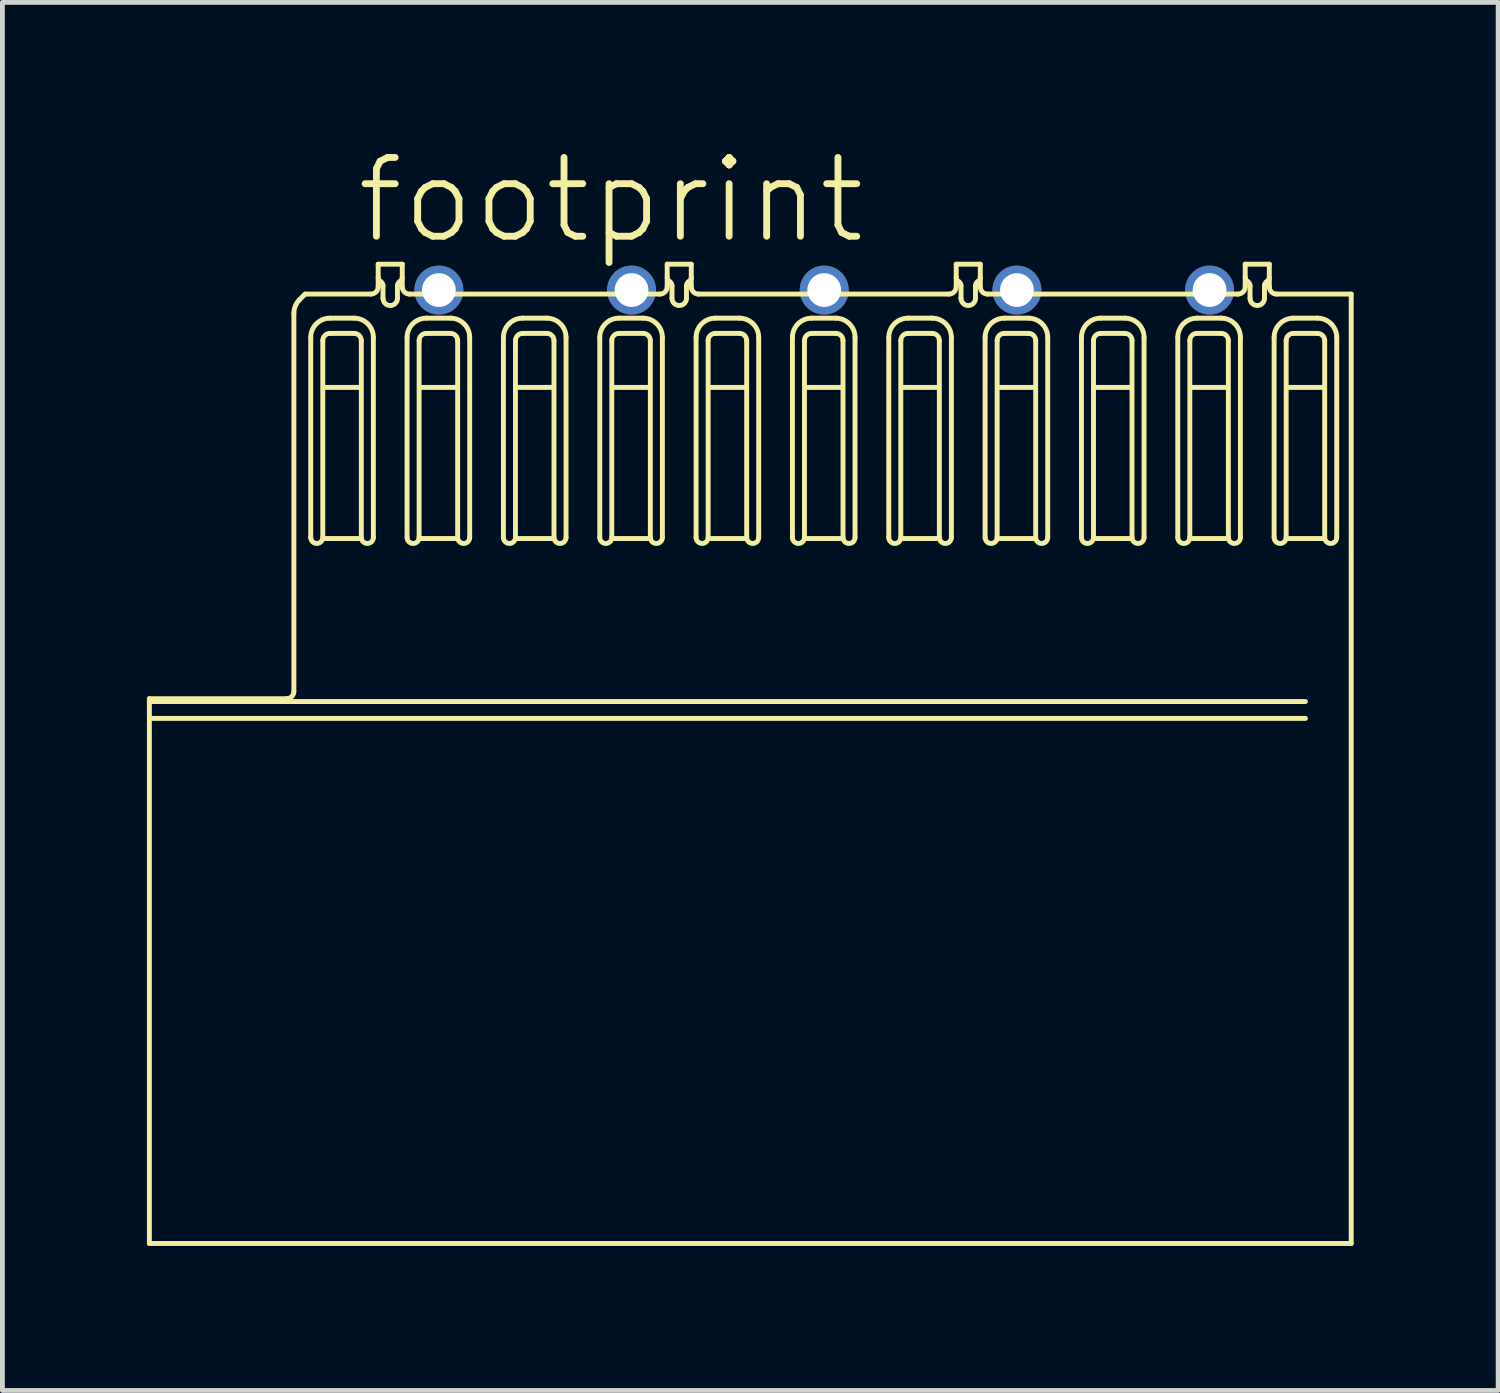
<source format=kicad_pcb>
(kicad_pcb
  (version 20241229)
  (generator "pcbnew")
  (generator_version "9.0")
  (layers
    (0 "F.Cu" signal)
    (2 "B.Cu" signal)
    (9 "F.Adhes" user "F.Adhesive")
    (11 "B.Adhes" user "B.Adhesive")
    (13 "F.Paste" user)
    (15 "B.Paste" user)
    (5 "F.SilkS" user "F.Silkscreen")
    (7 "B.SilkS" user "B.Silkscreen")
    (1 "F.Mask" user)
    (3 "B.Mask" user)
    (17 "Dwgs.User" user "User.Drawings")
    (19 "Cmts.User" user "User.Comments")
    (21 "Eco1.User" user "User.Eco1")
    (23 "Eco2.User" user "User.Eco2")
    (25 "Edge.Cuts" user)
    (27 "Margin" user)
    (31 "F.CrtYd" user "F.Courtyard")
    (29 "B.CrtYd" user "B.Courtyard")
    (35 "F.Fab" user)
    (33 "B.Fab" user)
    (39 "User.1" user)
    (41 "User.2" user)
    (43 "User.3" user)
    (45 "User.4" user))
  (footprint "footprint"
    (layer "F.Cu")
    (at 22.061 2.972)
    (property "Reference" "footprint" (at -17.78 -0.91 0) (layer "F.SilkS") (effects (font (size 1.636 1.636) (thickness 0.142)) (justify left bottom)))
    (fp_line (start -22.01 8.483) (end -22.01 19.793) (stroke (width 0.102) (type solid)) (layer "F.SilkS"))
    (fp_line (start -22.01 8.542) (end 1.99 8.542) (stroke (width 0.102) (type solid)) (layer "F.SilkS"))
    (fp_line (start -22.01 8.892) (end 1.99 8.892) (stroke (width 0.102) (type solid)) (layer "F.SilkS"))
    (fp_line (start -22.01 19.793) (end 2.94 19.793) (stroke (width 0.102) (type solid)) (layer "F.SilkS"))
    (fp_line (start -19.16 8.483) (end -22.01 8.483) (stroke (width 0.102) (type solid)) (layer "F.SilkS"))
    (fp_line (start -19.01 0.483) (end -19.01 8.333) (stroke (width 0.102) (type solid)) (layer "F.SilkS"))
    (fp_line (start -18.776 0.083) (end -18.893 0.2) (stroke (width 0.102) (type solid)) (layer "F.SilkS"))
    (fp_line (start -18.66 5.136) (end -18.66 0.983) (stroke (width 0.102) (type solid)) (layer "F.SilkS"))
    (fp_line (start -18.41 1.049) (end -18.41 5.136) (stroke (width 0.102) (type solid)) (layer "F.SilkS"))
    (fp_line (start -18.36 2.021) (end -17.66 2.021) (stroke (width 0.102) (type solid)) (layer "F.SilkS"))
    (fp_line (start -18.36 5.158) (end -17.66 5.158) (stroke (width 0.102) (type solid)) (layer "F.SilkS"))
    (fp_line (start -18.26 0.583) (end -17.76 0.583) (stroke (width 0.102) (type solid)) (layer "F.SilkS"))
    (fp_line (start -17.76 0.899) (end -18.26 0.899) (stroke (width 0.102) (type solid)) (layer "F.SilkS"))
    (fp_line (start -17.61 5.136) (end -17.61 1.049) (stroke (width 0.102) (type solid)) (layer "F.SilkS"))
    (fp_line (start -17.41 0.083) (end -18.776 0.083) (stroke (width 0.102) (type solid)) (layer "F.SilkS"))
    (fp_line (start -17.36 0.983) (end -17.36 5.136) (stroke (width 0.102) (type solid)) (layer "F.SilkS"))
    (fp_line (start -17.26 -0.537) (end -17.26 -0.067) (stroke (width 0.102) (type solid)) (layer "F.SilkS"))
    (fp_line (start -17.16 -0.091) (end -17.16 0.171) (stroke (width 0.102) (type solid)) (layer "F.SilkS"))
    (fp_line (start -16.86 0.171) (end -16.86 -0.091) (stroke (width 0.102) (type solid)) (layer "F.SilkS"))
    (fp_line (start -16.76 -0.537) (end -17.26 -0.537) (stroke (width 0.102) (type solid)) (layer "F.SilkS"))
    (fp_line (start -16.76 -0.067) (end -16.76 -0.537) (stroke (width 0.102) (type solid)) (layer "F.SilkS"))
    (fp_line (start -16.66 5.136) (end -16.66 0.983) (stroke (width 0.102) (type solid)) (layer "F.SilkS"))
    (fp_line (start -16.41 1.049) (end -16.41 5.136) (stroke (width 0.102) (type solid)) (layer "F.SilkS"))
    (fp_line (start -16.36 2.021) (end -15.66 2.021) (stroke (width 0.102) (type solid)) (layer "F.SilkS"))
    (fp_line (start -16.36 5.158) (end -15.66 5.158) (stroke (width 0.102) (type solid)) (layer "F.SilkS"))
    (fp_line (start -16.26 0.583) (end -15.76 0.583) (stroke (width 0.102) (type solid)) (layer "F.SilkS"))
    (fp_line (start -15.76 0.899) (end -16.26 0.899) (stroke (width 0.102) (type solid)) (layer "F.SilkS"))
    (fp_line (start -15.61 5.136) (end -15.61 1.049) (stroke (width 0.102) (type solid)) (layer "F.SilkS"))
    (fp_line (start -15.36 0.983) (end -15.36 5.136) (stroke (width 0.102) (type solid)) (layer "F.SilkS"))
    (fp_line (start -14.66 5.136) (end -14.66 0.983) (stroke (width 0.102) (type solid)) (layer "F.SilkS"))
    (fp_line (start -14.41 1.049) (end -14.41 5.136) (stroke (width 0.102) (type solid)) (layer "F.SilkS"))
    (fp_line (start -14.36 2.021) (end -13.66 2.021) (stroke (width 0.102) (type solid)) (layer "F.SilkS"))
    (fp_line (start -14.36 5.158) (end -13.66 5.158) (stroke (width 0.102) (type solid)) (layer "F.SilkS"))
    (fp_line (start -14.26 0.583) (end -13.76 0.583) (stroke (width 0.102) (type solid)) (layer "F.SilkS"))
    (fp_line (start -13.76 0.899) (end -14.26 0.899) (stroke (width 0.102) (type solid)) (layer "F.SilkS"))
    (fp_line (start -13.61 5.136) (end -13.61 1.049) (stroke (width 0.102) (type solid)) (layer "F.SilkS"))
    (fp_line (start -13.36 0.983) (end -13.36 5.136) (stroke (width 0.102) (type solid)) (layer "F.SilkS"))
    (fp_line (start -12.66 5.136) (end -12.66 0.983) (stroke (width 0.102) (type solid)) (layer "F.SilkS"))
    (fp_line (start -12.41 1.049) (end -12.41 5.136) (stroke (width 0.102) (type solid)) (layer "F.SilkS"))
    (fp_line (start -12.36 2.021) (end -11.66 2.021) (stroke (width 0.102) (type solid)) (layer "F.SilkS"))
    (fp_line (start -12.36 5.158) (end -11.66 5.158) (stroke (width 0.102) (type solid)) (layer "F.SilkS"))
    (fp_line (start -12.26 0.583) (end -11.76 0.583) (stroke (width 0.102) (type solid)) (layer "F.SilkS"))
    (fp_line (start -11.76 0.899) (end -12.26 0.899) (stroke (width 0.102) (type solid)) (layer "F.SilkS"))
    (fp_line (start -11.61 5.136) (end -11.61 1.049) (stroke (width 0.102) (type solid)) (layer "F.SilkS"))
    (fp_line (start -11.41 0.083) (end -16.61 0.083) (stroke (width 0.102) (type solid)) (layer "F.SilkS"))
    (fp_line (start -11.36 0.983) (end -11.36 5.136) (stroke (width 0.102) (type solid)) (layer "F.SilkS"))
    (fp_line (start -11.26 -0.537) (end -11.26 -0.067) (stroke (width 0.102) (type solid)) (layer "F.SilkS"))
    (fp_line (start -11.16 -0.091) (end -11.16 0.171) (stroke (width 0.102) (type solid)) (layer "F.SilkS"))
    (fp_line (start -10.86 0.171) (end -10.86 -0.091) (stroke (width 0.102) (type solid)) (layer "F.SilkS"))
    (fp_line (start -10.76 -0.537) (end -11.26 -0.537) (stroke (width 0.102) (type solid)) (layer "F.SilkS"))
    (fp_line (start -10.76 -0.067) (end -10.76 -0.537) (stroke (width 0.102) (type solid)) (layer "F.SilkS"))
    (fp_line (start -10.66 5.136) (end -10.66 0.983) (stroke (width 0.102) (type solid)) (layer "F.SilkS"))
    (fp_line (start -10.41 1.049) (end -10.41 5.136) (stroke (width 0.102) (type solid)) (layer "F.SilkS"))
    (fp_line (start -10.36 2.021) (end -9.66 2.021) (stroke (width 0.102) (type solid)) (layer "F.SilkS"))
    (fp_line (start -10.36 5.158) (end -9.66 5.158) (stroke (width 0.102) (type solid)) (layer "F.SilkS"))
    (fp_line (start -10.26 0.583) (end -9.76 0.583) (stroke (width 0.102) (type solid)) (layer "F.SilkS"))
    (fp_line (start -9.76 0.899) (end -10.26 0.899) (stroke (width 0.102) (type solid)) (layer "F.SilkS"))
    (fp_line (start -9.61 5.136) (end -9.61 1.049) (stroke (width 0.102) (type solid)) (layer "F.SilkS"))
    (fp_line (start -9.36 0.983) (end -9.36 5.136) (stroke (width 0.102) (type solid)) (layer "F.SilkS"))
    (fp_line (start -8.66 5.136) (end -8.66 0.983) (stroke (width 0.102) (type solid)) (layer "F.SilkS"))
    (fp_line (start -8.41 1.049) (end -8.41 5.136) (stroke (width 0.102) (type solid)) (layer "F.SilkS"))
    (fp_line (start -8.36 2.021) (end -7.66 2.021) (stroke (width 0.102) (type solid)) (layer "F.SilkS"))
    (fp_line (start -8.36 5.158) (end -7.66 5.158) (stroke (width 0.102) (type solid)) (layer "F.SilkS"))
    (fp_line (start -8.26 0.583) (end -7.76 0.583) (stroke (width 0.102) (type solid)) (layer "F.SilkS"))
    (fp_line (start -7.76 0.899) (end -8.26 0.899) (stroke (width 0.102) (type solid)) (layer "F.SilkS"))
    (fp_line (start -7.61 5.136) (end -7.61 1.049) (stroke (width 0.102) (type solid)) (layer "F.SilkS"))
    (fp_line (start -7.36 0.983) (end -7.36 5.136) (stroke (width 0.102) (type solid)) (layer "F.SilkS"))
    (fp_line (start -6.66 5.136) (end -6.66 0.983) (stroke (width 0.102) (type solid)) (layer "F.SilkS"))
    (fp_line (start -6.41 1.049) (end -6.41 5.136) (stroke (width 0.102) (type solid)) (layer "F.SilkS"))
    (fp_line (start -6.36 2.021) (end -5.66 2.021) (stroke (width 0.102) (type solid)) (layer "F.SilkS"))
    (fp_line (start -6.36 5.158) (end -5.66 5.158) (stroke (width 0.102) (type solid)) (layer "F.SilkS"))
    (fp_line (start -6.26 0.583) (end -5.76 0.583) (stroke (width 0.102) (type solid)) (layer "F.SilkS"))
    (fp_line (start -5.76 0.899) (end -6.26 0.899) (stroke (width 0.102) (type solid)) (layer "F.SilkS"))
    (fp_line (start -5.61 5.136) (end -5.61 1.049) (stroke (width 0.102) (type solid)) (layer "F.SilkS"))
    (fp_line (start -5.41 0.083) (end -10.61 0.083) (stroke (width 0.102) (type solid)) (layer "F.SilkS"))
    (fp_line (start -5.36 0.983) (end -5.36 5.136) (stroke (width 0.102) (type solid)) (layer "F.SilkS"))
    (fp_line (start -5.26 -0.537) (end -5.26 -0.067) (stroke (width 0.102) (type solid)) (layer "F.SilkS"))
    (fp_line (start -5.16 -0.091) (end -5.16 0.171) (stroke (width 0.102) (type solid)) (layer "F.SilkS"))
    (fp_line (start -4.86 0.171) (end -4.86 -0.091) (stroke (width 0.102) (type solid)) (layer "F.SilkS"))
    (fp_line (start -4.76 -0.537) (end -5.26 -0.537) (stroke (width 0.102) (type solid)) (layer "F.SilkS"))
    (fp_line (start -4.76 -0.067) (end -4.76 -0.537) (stroke (width 0.102) (type solid)) (layer "F.SilkS"))
    (fp_line (start -4.66 5.136) (end -4.66 0.983) (stroke (width 0.102) (type solid)) (layer "F.SilkS"))
    (fp_line (start -4.41 1.049) (end -4.41 5.136) (stroke (width 0.102) (type solid)) (layer "F.SilkS"))
    (fp_line (start -4.36 2.021) (end -3.66 2.021) (stroke (width 0.102) (type solid)) (layer "F.SilkS"))
    (fp_line (start -4.36 5.158) (end -3.66 5.158) (stroke (width 0.102) (type solid)) (layer "F.SilkS"))
    (fp_line (start -4.26 0.583) (end -3.76 0.583) (stroke (width 0.102) (type solid)) (layer "F.SilkS"))
    (fp_line (start -3.76 0.899) (end -4.26 0.899) (stroke (width 0.102) (type solid)) (layer "F.SilkS"))
    (fp_line (start -3.61 5.136) (end -3.61 1.049) (stroke (width 0.102) (type solid)) (layer "F.SilkS"))
    (fp_line (start -3.36 0.983) (end -3.36 5.136) (stroke (width 0.102) (type solid)) (layer "F.SilkS"))
    (fp_line (start -2.66 5.136) (end -2.66 0.983) (stroke (width 0.102) (type solid)) (layer "F.SilkS"))
    (fp_line (start -2.41 1.049) (end -2.41 5.136) (stroke (width 0.102) (type solid)) (layer "F.SilkS"))
    (fp_line (start -2.36 2.021) (end -1.66 2.021) (stroke (width 0.102) (type solid)) (layer "F.SilkS"))
    (fp_line (start -2.36 5.158) (end -1.66 5.158) (stroke (width 0.102) (type solid)) (layer "F.SilkS"))
    (fp_line (start -2.26 0.583) (end -1.76 0.583) (stroke (width 0.102) (type solid)) (layer "F.SilkS"))
    (fp_line (start -1.76 0.899) (end -2.26 0.899) (stroke (width 0.102) (type solid)) (layer "F.SilkS"))
    (fp_line (start -1.61 5.136) (end -1.61 1.049) (stroke (width 0.102) (type solid)) (layer "F.SilkS"))
    (fp_line (start -1.36 0.983) (end -1.36 5.136) (stroke (width 0.102) (type solid)) (layer "F.SilkS"))
    (fp_line (start -0.66 5.136) (end -0.66 0.983) (stroke (width 0.102) (type solid)) (layer "F.SilkS"))
    (fp_line (start -0.41 1.049) (end -0.41 5.136) (stroke (width 0.102) (type solid)) (layer "F.SilkS"))
    (fp_line (start -0.36 2.021) (end 0.34 2.021) (stroke (width 0.102) (type solid)) (layer "F.SilkS"))
    (fp_line (start -0.36 5.158) (end 0.34 5.158) (stroke (width 0.102) (type solid)) (layer "F.SilkS"))
    (fp_line (start -0.26 0.583) (end 0.24 0.583) (stroke (width 0.102) (type solid)) (layer "F.SilkS"))
    (fp_line (start 0.24 0.899) (end -0.26 0.899) (stroke (width 0.102) (type solid)) (layer "F.SilkS"))
    (fp_line (start 0.39 5.136) (end 0.39 1.049) (stroke (width 0.102) (type solid)) (layer "F.SilkS"))
    (fp_line (start 0.59 0.083) (end -4.61 0.083) (stroke (width 0.102) (type solid)) (layer "F.SilkS"))
    (fp_line (start 0.64 0.983) (end 0.64 5.136) (stroke (width 0.102) (type solid)) (layer "F.SilkS"))
    (fp_line (start 0.74 -0.537) (end 0.74 -0.067) (stroke (width 0.102) (type solid)) (layer "F.SilkS"))
    (fp_line (start 0.84 -0.091) (end 0.84 0.171) (stroke (width 0.102) (type solid)) (layer "F.SilkS"))
    (fp_line (start 1.14 0.171) (end 1.14 -0.091) (stroke (width 0.102) (type solid)) (layer "F.SilkS"))
    (fp_line (start 1.24 -0.537) (end 0.74 -0.537) (stroke (width 0.102) (type solid)) (layer "F.SilkS"))
    (fp_line (start 1.24 -0.067) (end 1.24 -0.537) (stroke (width 0.102) (type solid)) (layer "F.SilkS"))
    (fp_line (start 1.34 5.136) (end 1.34 0.983) (stroke (width 0.102) (type solid)) (layer "F.SilkS"))
    (fp_line (start 1.59 1.049) (end 1.59 5.136) (stroke (width 0.102) (type solid)) (layer "F.SilkS"))
    (fp_line (start 1.64 2.021) (end 2.34 2.021) (stroke (width 0.102) (type solid)) (layer "F.SilkS"))
    (fp_line (start 1.64 5.158) (end 2.34 5.158) (stroke (width 0.102) (type solid)) (layer "F.SilkS"))
    (fp_line (start 1.74 0.583) (end 2.24 0.583) (stroke (width 0.102) (type solid)) (layer "F.SilkS"))
    (fp_line (start 2.24 0.899) (end 1.74 0.899) (stroke (width 0.102) (type solid)) (layer "F.SilkS"))
    (fp_line (start 2.39 5.136) (end 2.39 1.049) (stroke (width 0.102) (type solid)) (layer "F.SilkS"))
    (fp_line (start 2.64 0.983) (end 2.64 5.136) (stroke (width 0.102) (type solid)) (layer "F.SilkS"))
    (fp_line (start 2.94 0.083) (end 1.39 0.083) (stroke (width 0.102) (type solid)) (layer "F.SilkS"))
    (fp_line (start 2.94 19.793) (end 2.94 0.083) (stroke (width 0.102) (type solid)) (layer "F.SilkS"))
    (fp_arc (start -19.01 8.3329) (mid -19.053934 8.438966) (end -19.16 8.4829) (stroke (width 0.1016) (type solid)) (layer "F.SilkS"))
    (fp_arc (start -19.009999 0.482901) (mid -18.97957 0.329857) (end -18.8929 0.2001) (stroke (width 0.1016) (type solid)) (layer "F.SilkS"))
    (fp_arc (start -18.66 0.9829) (mid -18.542843 0.700057) (end -18.26 0.5829) (stroke (width 0.1016) (type solid)) (layer "F.SilkS"))
    (fp_arc (start -18.41 1.0487) (mid -18.366066 0.942634) (end -18.26 0.8987) (stroke (width 0.1016) (type solid)) (layer "F.SilkS"))
    (fp_arc (start -18.41 5.1356) (mid -18.535 5.2606) (end -18.66 5.1356) (stroke (width 0.1016) (type solid)) (layer "F.SilkS"))
    (fp_arc (start -17.76 0.5829) (mid -17.477157 0.700057) (end -17.36 0.9829) (stroke (width 0.1016) (type solid)) (layer "F.SilkS"))
    (fp_arc (start -17.76 0.8987) (mid -17.653934 0.942634) (end -17.61 1.0487) (stroke (width 0.1016) (type solid)) (layer "F.SilkS"))
    (fp_arc (start -17.36 5.1356) (mid -17.485 5.2606) (end -17.61 5.1356) (stroke (width 0.1016) (type solid)) (layer "F.SilkS"))
    (fp_arc (start -17.26 -0.0671) (mid -17.303934 0.038966) (end -17.41 0.0829) (stroke (width 0.1016) (type solid)) (layer "F.SilkS"))
    (fp_arc (start -17.21 -0.177999) (mid -17.246602 -0.214601) (end -17.26 -0.2646) (stroke (width 0.1016) (type solid)) (layer "F.SilkS"))
    (fp_arc (start -17.21 -0.1779) (mid -17.173398 -0.141299) (end -17.16 -0.0913) (stroke (width 0.1016) (type solid)) (layer "F.SilkS"))
    (fp_arc (start -16.86 -0.091299) (mid -16.846602 -0.141298) (end -16.81 -0.1779) (stroke (width 0.1016) (type solid)) (layer "F.SilkS"))
    (fp_arc (start -16.86 0.1708) (mid -17.01 0.3208) (end -17.16 0.1708) (stroke (width 0.1016) (type solid)) (layer "F.SilkS"))
    (fp_arc (start -16.759901 -0.2646) (mid -16.773344 -0.214543) (end -16.81 -0.1779) (stroke (width 0.1016) (type solid)) (layer "F.SilkS"))
    (fp_arc (start -16.66 0.9829) (mid -16.542843 0.700057) (end -16.26 0.5829) (stroke (width 0.1016) (type solid)) (layer "F.SilkS"))
    (fp_arc (start -16.61 0.0829) (mid -16.716066 0.038966) (end -16.76 -0.0671) (stroke (width 0.1016) (type solid)) (layer "F.SilkS"))
    (fp_arc (start -16.41 1.0487) (mid -16.366066 0.942634) (end -16.26 0.8987) (stroke (width 0.1016) (type solid)) (layer "F.SilkS"))
    (fp_arc (start -16.41 5.1356) (mid -16.535 5.2606) (end -16.66 5.1356) (stroke (width 0.1016) (type solid)) (layer "F.SilkS"))
    (fp_arc (start -15.76 0.5829) (mid -15.477157 0.700057) (end -15.36 0.9829) (stroke (width 0.1016) (type solid)) (layer "F.SilkS"))
    (fp_arc (start -15.76 0.8987) (mid -15.653934 0.942634) (end -15.61 1.0487) (stroke (width 0.1016) (type solid)) (layer "F.SilkS"))
    (fp_arc (start -15.36 5.1356) (mid -15.485 5.2606) (end -15.61 5.1356) (stroke (width 0.1016) (type solid)) (layer "F.SilkS"))
    (fp_arc (start -14.66 0.9829) (mid -14.542843 0.700057) (end -14.26 0.5829) (stroke (width 0.1016) (type solid)) (layer "F.SilkS"))
    (fp_arc (start -14.41 1.0487) (mid -14.366066 0.942634) (end -14.26 0.8987) (stroke (width 0.1016) (type solid)) (layer "F.SilkS"))
    (fp_arc (start -14.41 5.1356) (mid -14.535 5.2606) (end -14.66 5.1356) (stroke (width 0.1016) (type solid)) (layer "F.SilkS"))
    (fp_arc (start -13.76 0.5829) (mid -13.477157 0.700057) (end -13.36 0.9829) (stroke (width 0.1016) (type solid)) (layer "F.SilkS"))
    (fp_arc (start -13.76 0.8987) (mid -13.653934 0.942634) (end -13.61 1.0487) (stroke (width 0.1016) (type solid)) (layer "F.SilkS"))
    (fp_arc (start -13.36 5.1356) (mid -13.485 5.2606) (end -13.61 5.1356) (stroke (width 0.1016) (type solid)) (layer "F.SilkS"))
    (fp_arc (start -12.66 0.9829) (mid -12.542843 0.700057) (end -12.26 0.5829) (stroke (width 0.1016) (type solid)) (layer "F.SilkS"))
    (fp_arc (start -12.41 1.0487) (mid -12.366066 0.942634) (end -12.26 0.8987) (stroke (width 0.1016) (type solid)) (layer "F.SilkS"))
    (fp_arc (start -12.41 5.1356) (mid -12.535 5.2606) (end -12.66 5.1356) (stroke (width 0.1016) (type solid)) (layer "F.SilkS"))
    (fp_arc (start -11.76 0.5829) (mid -11.477157 0.700057) (end -11.36 0.9829) (stroke (width 0.1016) (type solid)) (layer "F.SilkS"))
    (fp_arc (start -11.76 0.8987) (mid -11.653934 0.942634) (end -11.61 1.0487) (stroke (width 0.1016) (type solid)) (layer "F.SilkS"))
    (fp_arc (start -11.36 5.1356) (mid -11.485 5.2606) (end -11.61 5.1356) (stroke (width 0.1016) (type solid)) (layer "F.SilkS"))
    (fp_arc (start -11.26 -0.0671) (mid -11.303934 0.038966) (end -11.41 0.0829) (stroke (width 0.1016) (type solid)) (layer "F.SilkS"))
    (fp_arc (start -11.21 -0.177999) (mid -11.246602 -0.214601) (end -11.26 -0.2646) (stroke (width 0.1016) (type solid)) (layer "F.SilkS"))
    (fp_arc (start -11.21 -0.1779) (mid -11.173398 -0.141299) (end -11.16 -0.0913) (stroke (width 0.1016) (type solid)) (layer "F.SilkS"))
    (fp_arc (start -10.86 -0.091299) (mid -10.846602 -0.141298) (end -10.81 -0.1779) (stroke (width 0.1016) (type solid)) (layer "F.SilkS"))
    (fp_arc (start -10.86 0.1708) (mid -11.01 0.3208) (end -11.16 0.1708) (stroke (width 0.1016) (type solid)) (layer "F.SilkS"))
    (fp_arc (start -10.759901 -0.2646) (mid -10.773344 -0.214543) (end -10.81 -0.1779) (stroke (width 0.1016) (type solid)) (layer "F.SilkS"))
    (fp_arc (start -10.66 0.9829) (mid -10.542843 0.700057) (end -10.26 0.5829) (stroke (width 0.1016) (type solid)) (layer "F.SilkS"))
    (fp_arc (start -10.61 0.0829) (mid -10.716066 0.038966) (end -10.76 -0.0671) (stroke (width 0.1016) (type solid)) (layer "F.SilkS"))
    (fp_arc (start -10.41 1.0487) (mid -10.366066 0.942634) (end -10.26 0.8987) (stroke (width 0.1016) (type solid)) (layer "F.SilkS"))
    (fp_arc (start -10.41 5.1356) (mid -10.535 5.2606) (end -10.66 5.1356) (stroke (width 0.1016) (type solid)) (layer "F.SilkS"))
    (fp_arc (start -9.76 0.5829) (mid -9.477157 0.700057) (end -9.36 0.9829) (stroke (width 0.1016) (type solid)) (layer "F.SilkS"))
    (fp_arc (start -9.76 0.8987) (mid -9.653934 0.942634) (end -9.61 1.0487) (stroke (width 0.1016) (type solid)) (layer "F.SilkS"))
    (fp_arc (start -9.36 5.1356) (mid -9.485 5.2606) (end -9.61 5.1356) (stroke (width 0.1016) (type solid)) (layer "F.SilkS"))
    (fp_arc (start -8.66 0.9829) (mid -8.542843 0.700057) (end -8.26 0.5829) (stroke (width 0.1016) (type solid)) (layer "F.SilkS"))
    (fp_arc (start -8.41 1.0487) (mid -8.366066 0.942634) (end -8.26 0.8987) (stroke (width 0.1016) (type solid)) (layer "F.SilkS"))
    (fp_arc (start -8.41 5.1356) (mid -8.535 5.2606) (end -8.66 5.1356) (stroke (width 0.1016) (type solid)) (layer "F.SilkS"))
    (fp_arc (start -7.76 0.5829) (mid -7.477157 0.700057) (end -7.36 0.9829) (stroke (width 0.1016) (type solid)) (layer "F.SilkS"))
    (fp_arc (start -7.76 0.8987) (mid -7.653934 0.942634) (end -7.61 1.0487) (stroke (width 0.1016) (type solid)) (layer "F.SilkS"))
    (fp_arc (start -7.36 5.1356) (mid -7.485 5.2606) (end -7.61 5.1356) (stroke (width 0.1016) (type solid)) (layer "F.SilkS"))
    (fp_arc (start -6.66 0.9829) (mid -6.542843 0.700057) (end -6.26 0.5829) (stroke (width 0.1016) (type solid)) (layer "F.SilkS"))
    (fp_arc (start -6.41 1.0487) (mid -6.366066 0.942634) (end -6.26 0.8987) (stroke (width 0.1016) (type solid)) (layer "F.SilkS"))
    (fp_arc (start -6.41 5.1356) (mid -6.535 5.2606) (end -6.66 5.1356) (stroke (width 0.1016) (type solid)) (layer "F.SilkS"))
    (fp_arc (start -5.76 0.5829) (mid -5.477157 0.700057) (end -5.36 0.9829) (stroke (width 0.1016) (type solid)) (layer "F.SilkS"))
    (fp_arc (start -5.76 0.8987) (mid -5.653934 0.942634) (end -5.61 1.0487) (stroke (width 0.1016) (type solid)) (layer "F.SilkS"))
    (fp_arc (start -5.36 5.1356) (mid -5.485 5.2606) (end -5.61 5.1356) (stroke (width 0.1016) (type solid)) (layer "F.SilkS"))
    (fp_arc (start -5.26 -0.0671) (mid -5.303934 0.038966) (end -5.41 0.0829) (stroke (width 0.1016) (type solid)) (layer "F.SilkS"))
    (fp_arc (start -5.21 -0.177999) (mid -5.246602 -0.214601) (end -5.26 -0.2646) (stroke (width 0.1016) (type solid)) (layer "F.SilkS"))
    (fp_arc (start -5.21 -0.1779) (mid -5.173398 -0.141299) (end -5.16 -0.0913) (stroke (width 0.1016) (type solid)) (layer "F.SilkS"))
    (fp_arc (start -4.86 -0.091299) (mid -4.846602 -0.141298) (end -4.81 -0.1779) (stroke (width 0.1016) (type solid)) (layer "F.SilkS"))
    (fp_arc (start -4.86 0.1708) (mid -5.01 0.3208) (end -5.16 0.1708) (stroke (width 0.1016) (type solid)) (layer "F.SilkS"))
    (fp_arc (start -4.759901 -0.2646) (mid -4.773344 -0.214543) (end -4.81 -0.1779) (stroke (width 0.1016) (type solid)) (layer "F.SilkS"))
    (fp_arc (start -4.66 0.9829) (mid -4.542843 0.700057) (end -4.26 0.5829) (stroke (width 0.1016) (type solid)) (layer "F.SilkS"))
    (fp_arc (start -4.61 0.0829) (mid -4.716066 0.038966) (end -4.76 -0.0671) (stroke (width 0.1016) (type solid)) (layer "F.SilkS"))
    (fp_arc (start -4.41 1.0487) (mid -4.366066 0.942634) (end -4.26 0.8987) (stroke (width 0.1016) (type solid)) (layer "F.SilkS"))
    (fp_arc (start -4.41 5.1356) (mid -4.535 5.2606) (end -4.66 5.1356) (stroke (width 0.1016) (type solid)) (layer "F.SilkS"))
    (fp_arc (start -3.76 0.5829) (mid -3.477157 0.700057) (end -3.36 0.9829) (stroke (width 0.1016) (type solid)) (layer "F.SilkS"))
    (fp_arc (start -3.76 0.8987) (mid -3.653934 0.942634) (end -3.61 1.0487) (stroke (width 0.1016) (type solid)) (layer "F.SilkS"))
    (fp_arc (start -3.36 5.1356) (mid -3.485 5.2606) (end -3.61 5.1356) (stroke (width 0.1016) (type solid)) (layer "F.SilkS"))
    (fp_arc (start -2.66 0.9829) (mid -2.542843 0.700057) (end -2.26 0.5829) (stroke (width 0.1016) (type solid)) (layer "F.SilkS"))
    (fp_arc (start -2.41 1.0487) (mid -2.366066 0.942634) (end -2.26 0.8987) (stroke (width 0.1016) (type solid)) (layer "F.SilkS"))
    (fp_arc (start -2.41 5.1356) (mid -2.535 5.2606) (end -2.66 5.1356) (stroke (width 0.1016) (type solid)) (layer "F.SilkS"))
    (fp_arc (start -1.76 0.5829) (mid -1.477157 0.700057) (end -1.36 0.9829) (stroke (width 0.1016) (type solid)) (layer "F.SilkS"))
    (fp_arc (start -1.76 0.8987) (mid -1.653934 0.942634) (end -1.61 1.0487) (stroke (width 0.1016) (type solid)) (layer "F.SilkS"))
    (fp_arc (start -1.36 5.1356) (mid -1.485 5.2606) (end -1.61 5.1356) (stroke (width 0.1016) (type solid)) (layer "F.SilkS"))
    (fp_arc (start -0.659999 0.982901) (mid -0.542842 0.700058) (end -0.26 0.5829) (stroke (width 0.1016) (type solid)) (layer "F.SilkS"))
    (fp_arc (start -0.41 1.0487) (mid -0.366066 0.942634) (end -0.26 0.8987) (stroke (width 0.1016) (type solid)) (layer "F.SilkS"))
    (fp_arc (start -0.41 5.1356) (mid -0.535 5.2606) (end -0.66 5.1356) (stroke (width 0.1016) (type solid)) (layer "F.SilkS"))
    (fp_arc (start 0.239999 0.582899) (mid 0.522842 0.700057) (end 0.64 0.9829) (stroke (width 0.1016) (type solid)) (layer "F.SilkS"))
    (fp_arc (start 0.24 0.8987) (mid 0.346066 0.942634) (end 0.39 1.0487) (stroke (width 0.1016) (type solid)) (layer "F.SilkS"))
    (fp_arc (start 0.64 5.1356) (mid 0.515 5.2606) (end 0.39 5.1356) (stroke (width 0.1016) (type solid)) (layer "F.SilkS"))
    (fp_arc (start 0.74 -0.0671) (mid 0.696066 0.038966) (end 0.59 0.0829) (stroke (width 0.1016) (type solid)) (layer "F.SilkS"))
    (fp_arc (start 0.789999 -0.177901) (mid 0.826602 -0.141299) (end 0.84 -0.0913) (stroke (width 0.1016) (type solid)) (layer "F.SilkS"))
    (fp_arc (start 0.79 -0.178) (mid 0.753398 -0.214601) (end 0.74 -0.2646) (stroke (width 0.1016) (type solid)) (layer "F.SilkS"))
    (fp_arc (start 1.14 -0.0913) (mid 1.153398 -0.141298) (end 1.19 -0.1779) (stroke (width 0.1016) (type solid)) (layer "F.SilkS"))
    (fp_arc (start 1.14 0.1708) (mid 0.99 0.3208) (end 0.84 0.1708) (stroke (width 0.1016) (type solid)) (layer "F.SilkS"))
    (fp_arc (start 1.240099 -0.2646) (mid 1.226656 -0.214543) (end 1.19 -0.1779) (stroke (width 0.1016) (type solid)) (layer "F.SilkS"))
    (fp_arc (start 1.34 0.9829) (mid 1.457157 0.700057) (end 1.74 0.5829) (stroke (width 0.1016) (type solid)) (layer "F.SilkS"))
    (fp_arc (start 1.39 0.0829) (mid 1.283934 0.038966) (end 1.24 -0.0671) (stroke (width 0.1016) (type solid)) (layer "F.SilkS"))
    (fp_arc (start 1.59 1.0487) (mid 1.633934 0.942634) (end 1.74 0.8987) (stroke (width 0.1016) (type solid)) (layer "F.SilkS"))
    (fp_arc (start 1.59 5.1356) (mid 1.465 5.2606) (end 1.34 5.1356) (stroke (width 0.1016) (type solid)) (layer "F.SilkS"))
    (fp_arc (start 2.24 0.5829) (mid 2.522843 0.700057) (end 2.64 0.9829) (stroke (width 0.1016) (type solid)) (layer "F.SilkS"))
    (fp_arc (start 2.24 0.8987) (mid 2.346066 0.942634) (end 2.39 1.0487) (stroke (width 0.1016) (type solid)) (layer "F.SilkS"))
    (fp_arc (start 2.64 5.1356) (mid 2.515 5.2606) (end 2.39 5.1356) (stroke (width 0.1016) (type solid)) (layer "F.SilkS"))
    (pad "1" thru_hole circle (at 0 0) (size 1.016 1.016) (drill 0.7) (layers "*.Cu" "*.Mask"))
    (pad "2" thru_hole circle (at -4 0) (size 1.016 1.016) (drill 0.7) (layers "*.Cu" "*.Mask"))
    (pad "3" thru_hole circle (at -8 0) (size 1.016 1.016) (drill 0.7) (layers "*.Cu" "*.Mask"))
    (pad "4" thru_hole circle (at -12 0) (size 1.016 1.016) (drill 0.7) (layers "*.Cu" "*.Mask"))
    (pad "5" thru_hole circle (at -16 0) (size 1.016 1.016) (drill 0.7) (layers "*.Cu" "*.Mask")))
  (gr_rect
    (start -3 -3)
    (end 28.052 25.816)
    (stroke (width 0.1) (type default))
    (fill no)
    (layer "Edge.Cuts")))
</source>
